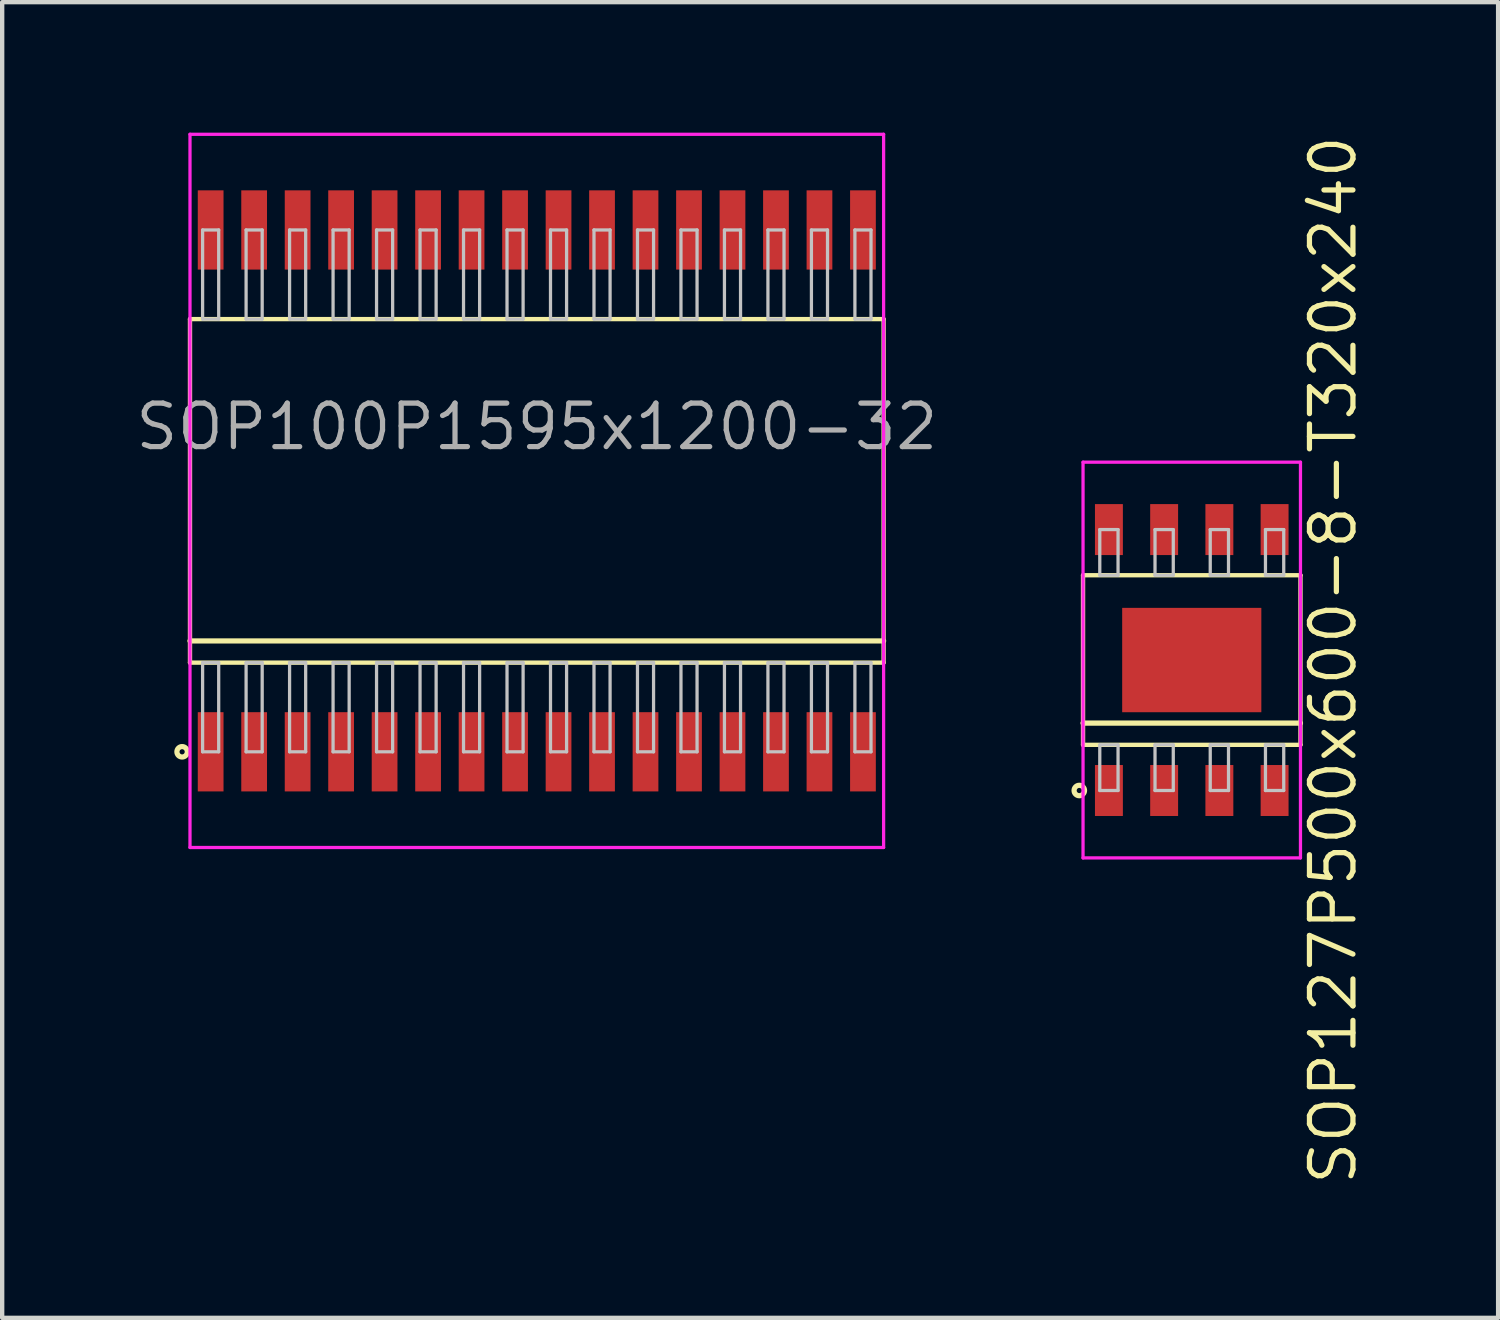
<source format=kicad_pcb>
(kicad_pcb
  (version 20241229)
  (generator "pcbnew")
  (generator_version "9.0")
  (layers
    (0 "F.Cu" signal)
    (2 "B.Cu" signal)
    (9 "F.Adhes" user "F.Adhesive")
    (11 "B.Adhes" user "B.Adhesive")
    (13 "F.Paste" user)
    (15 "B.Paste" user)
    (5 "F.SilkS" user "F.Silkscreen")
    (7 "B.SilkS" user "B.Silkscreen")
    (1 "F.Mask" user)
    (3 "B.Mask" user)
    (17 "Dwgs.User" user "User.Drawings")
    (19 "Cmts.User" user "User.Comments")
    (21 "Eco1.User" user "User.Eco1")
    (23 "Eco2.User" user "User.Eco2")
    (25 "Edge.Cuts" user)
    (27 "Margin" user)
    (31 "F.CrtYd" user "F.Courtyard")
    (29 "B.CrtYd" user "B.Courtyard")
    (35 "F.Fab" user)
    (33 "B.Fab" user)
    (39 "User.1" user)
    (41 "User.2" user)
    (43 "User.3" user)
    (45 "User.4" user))
  (footprint "SOP127P500x600-8-T320x240"
    (layer "F.Cu")
    (at 24.355 12.128)
    (property "Reference" "SOP127P500x600-8-T320x240" (at 3.25 0 90) (layer "F.SilkS") (effects (font (size 1 1) (thickness 0.12))))
    (attr through_hole)
    (fp_line (start -2.5 -1.95) (end -2.5 1.95) (stroke (width 0.1) (type solid)) (layer "F.SilkS"))
    (fp_line (start -2.5 1.45) (end 2.5 1.45) (stroke (width 0.12) (type solid)) (layer "F.SilkS"))
    (fp_line (start -2.5 1.95) (end 2.5 1.95) (stroke (width 0.1) (type solid)) (layer "F.SilkS"))
    (fp_line (start 2.5 -1.95) (end -2.5 -1.95) (stroke (width 0.1) (type solid)) (layer "F.SilkS"))
    (fp_line (start 2.5 1.95) (end 2.5 -1.95) (stroke (width 0.1) (type solid)) (layer "F.SilkS"))
    (fp_circle (center -2.586 3) (end -2.466 3) (stroke (width 0.12) (type solid)) (fill no) (layer "F.SilkS"))
    (fp_line (start -2.115 -3) (end -2.115 -1.95) (stroke (width 0.075) (type solid)) (layer "Dwgs.User"))
    (fp_line (start -2.115 -1.95) (end -1.695 -1.95) (stroke (width 0.075) (type solid)) (layer "Dwgs.User"))
    (fp_line (start -2.115 1.95) (end -1.695 1.95) (stroke (width 0.075) (type solid)) (layer "Dwgs.User"))
    (fp_line (start -2.115 3) (end -2.115 1.95) (stroke (width 0.075) (type solid)) (layer "Dwgs.User"))
    (fp_line (start -1.695 -3) (end -2.115 -3) (stroke (width 0.075) (type solid)) (layer "Dwgs.User"))
    (fp_line (start -1.695 -1.95) (end -1.695 -3) (stroke (width 0.075) (type solid)) (layer "Dwgs.User"))
    (fp_line (start -1.695 1.95) (end -1.695 3) (stroke (width 0.075) (type solid)) (layer "Dwgs.User"))
    (fp_line (start -1.695 3) (end -2.115 3) (stroke (width 0.075) (type solid)) (layer "Dwgs.User"))
    (fp_line (start -0.845 -3) (end -0.845 -1.95) (stroke (width 0.075) (type solid)) (layer "Dwgs.User"))
    (fp_line (start -0.845 -1.95) (end -0.425 -1.95) (stroke (width 0.075) (type solid)) (layer "Dwgs.User"))
    (fp_line (start -0.845 1.95) (end -0.425 1.95) (stroke (width 0.075) (type solid)) (layer "Dwgs.User"))
    (fp_line (start -0.845 3) (end -0.845 1.95) (stroke (width 0.075) (type solid)) (layer "Dwgs.User"))
    (fp_line (start -0.425 -3) (end -0.845 -3) (stroke (width 0.075) (type solid)) (layer "Dwgs.User"))
    (fp_line (start -0.425 -1.95) (end -0.425 -3) (stroke (width 0.075) (type solid)) (layer "Dwgs.User"))
    (fp_line (start -0.425 1.95) (end -0.425 3) (stroke (width 0.075) (type solid)) (layer "Dwgs.User"))
    (fp_line (start -0.425 3) (end -0.845 3) (stroke (width 0.075) (type solid)) (layer "Dwgs.User"))
    (fp_line (start 0.425 -3) (end 0.425 -1.95) (stroke (width 0.075) (type solid)) (layer "Dwgs.User"))
    (fp_line (start 0.425 -1.95) (end 0.845 -1.95) (stroke (width 0.075) (type solid)) (layer "Dwgs.User"))
    (fp_line (start 0.425 1.95) (end 0.845 1.95) (stroke (width 0.075) (type solid)) (layer "Dwgs.User"))
    (fp_line (start 0.425 3) (end 0.425 1.95) (stroke (width 0.075) (type solid)) (layer "Dwgs.User"))
    (fp_line (start 0.845 -3) (end 0.425 -3) (stroke (width 0.075) (type solid)) (layer "Dwgs.User"))
    (fp_line (start 0.845 -1.95) (end 0.845 -3) (stroke (width 0.075) (type solid)) (layer "Dwgs.User"))
    (fp_line (start 0.845 1.95) (end 0.845 3) (stroke (width 0.075) (type solid)) (layer "Dwgs.User"))
    (fp_line (start 0.845 3) (end 0.425 3) (stroke (width 0.075) (type solid)) (layer "Dwgs.User"))
    (fp_line (start 1.695 -3) (end 1.695 -1.95) (stroke (width 0.075) (type solid)) (layer "Dwgs.User"))
    (fp_line (start 1.695 -1.95) (end 2.115 -1.95) (stroke (width 0.075) (type solid)) (layer "Dwgs.User"))
    (fp_line (start 1.695 1.95) (end 2.115 1.95) (stroke (width 0.075) (type solid)) (layer "Dwgs.User"))
    (fp_line (start 1.695 3) (end 1.695 1.95) (stroke (width 0.075) (type solid)) (layer "Dwgs.User"))
    (fp_line (start 2.115 -3) (end 1.695 -3) (stroke (width 0.075) (type solid)) (layer "Dwgs.User"))
    (fp_line (start 2.115 -1.95) (end 2.115 -3) (stroke (width 0.075) (type solid)) (layer "Dwgs.User"))
    (fp_line (start 2.115 1.95) (end 2.115 3) (stroke (width 0.075) (type solid)) (layer "Dwgs.User"))
    (fp_line (start 2.115 3) (end 1.695 3) (stroke (width 0.075) (type solid)) (layer "Dwgs.User"))
    (fp_line (start -0.75 0) (end 0.75 0) (stroke (width 0.12) (type solid)) (layer "Eco1.User"))
    (fp_line (start 0 -0.75) (end 0 0.75) (stroke (width 0.12) (type solid)) (layer "Eco1.User"))
    (fp_circle (center 0 0) (end 0.5 0) (stroke (width 0.12) (type solid)) (fill no) (layer "Eco1.User"))
    (fp_line (start -2.5 -4.55) (end -2.5 4.55) (stroke (width 0.075) (type solid)) (layer "F.CrtYd"))
    (fp_line (start -2.5 4.55) (end 2.5 4.55) (stroke (width 0.075) (type solid)) (layer "F.CrtYd"))
    (fp_line (start 2.5 -4.55) (end -2.5 -4.55) (stroke (width 0.075) (type solid)) (layer "F.CrtYd"))
    (fp_line (start 2.5 4.55) (end 2.5 -4.55) (stroke (width 0.075) (type solid)) (layer "F.CrtYd"))
    (pad "1" smd rect (at -1.905 3) (size 0.642 1.172) (layers "F.Cu" "F.Mask" "F.Paste"))
    (pad "2" smd rect (at -0.635 3) (size 0.642 1.172) (layers "F.Cu" "F.Mask" "F.Paste"))
    (pad "3" smd rect (at 0.635 3) (size 0.642 1.172) (layers "F.Cu" "F.Mask" "F.Paste"))
    (pad "4" smd rect (at 1.905 3) (size 0.642 1.172) (layers "F.Cu" "F.Mask" "F.Paste"))
    (pad "5" smd rect (at 1.905 -3) (size 0.642 1.172) (layers "F.Cu" "F.Mask" "F.Paste"))
    (pad "6" smd rect (at 0.635 -3) (size 0.642 1.172) (layers "F.Cu" "F.Mask" "F.Paste"))
    (pad "7" smd rect (at -0.635 -3) (size 0.642 1.172) (layers "F.Cu" "F.Mask" "F.Paste"))
    (pad "8" smd rect (at -1.905 -3) (size 0.642 1.172) (layers "F.Cu" "F.Mask" "F.Paste"))
    (pad "EP" smd rect (at 0 0) (size 3.2 2.4) (layers "F.Cu" "F.Mask" "F.Paste")))
  (footprint "SOP100P1595x1200-32"
    (layer "F.Cu")
    (at 9.294 8.238)
    (property "Reference" "SOP100P1595x1200-32" (at 0 -1.475 0) (layer "F.Fab") (effects (font (size 1 1) (thickness 0.12))))
    (attr through_hole)
    (fp_line (start -7.975 -3.95) (end -7.975 3.95) (stroke (width 0.1) (type solid)) (layer "F.SilkS"))
    (fp_line (start -7.975 3.45) (end 7.975 3.45) (stroke (width 0.12) (type solid)) (layer "F.SilkS"))
    (fp_line (start -7.975 3.95) (end 7.975 3.95) (stroke (width 0.1) (type solid)) (layer "F.SilkS"))
    (fp_line (start 7.975 -3.95) (end -7.975 -3.95) (stroke (width 0.1) (type solid)) (layer "F.SilkS"))
    (fp_line (start 7.975 3.95) (end 7.975 -3.95) (stroke (width 0.1) (type solid)) (layer "F.SilkS"))
    (fp_circle (center -8.156 6) (end -8.036 6) (stroke (width 0.12) (type solid)) (fill no) (layer "F.SilkS"))
    (fp_line (start -7.685 -6) (end -7.685 -3.95) (stroke (width 0.075) (type solid)) (layer "Dwgs.User"))
    (fp_line (start -7.685 -3.95) (end -7.315 -3.95) (stroke (width 0.075) (type solid)) (layer "Dwgs.User"))
    (fp_line (start -7.685 3.95) (end -7.315 3.95) (stroke (width 0.075) (type solid)) (layer "Dwgs.User"))
    (fp_line (start -7.685 6) (end -7.685 3.95) (stroke (width 0.075) (type solid)) (layer "Dwgs.User"))
    (fp_line (start -7.315 -6) (end -7.685 -6) (stroke (width 0.075) (type solid)) (layer "Dwgs.User"))
    (fp_line (start -7.315 -3.95) (end -7.315 -6) (stroke (width 0.075) (type solid)) (layer "Dwgs.User"))
    (fp_line (start -7.315 3.95) (end -7.315 6) (stroke (width 0.075) (type solid)) (layer "Dwgs.User"))
    (fp_line (start -7.315 6) (end -7.685 6) (stroke (width 0.075) (type solid)) (layer "Dwgs.User"))
    (fp_line (start -6.685 -6) (end -6.685 -3.95) (stroke (width 0.075) (type solid)) (layer "Dwgs.User"))
    (fp_line (start -6.685 -3.95) (end -6.315 -3.95) (stroke (width 0.075) (type solid)) (layer "Dwgs.User"))
    (fp_line (start -6.685 3.95) (end -6.315 3.95) (stroke (width 0.075) (type solid)) (layer "Dwgs.User"))
    (fp_line (start -6.685 6) (end -6.685 3.95) (stroke (width 0.075) (type solid)) (layer "Dwgs.User"))
    (fp_line (start -6.315 -6) (end -6.685 -6) (stroke (width 0.075) (type solid)) (layer "Dwgs.User"))
    (fp_line (start -6.315 -3.95) (end -6.315 -6) (stroke (width 0.075) (type solid)) (layer "Dwgs.User"))
    (fp_line (start -6.315 3.95) (end -6.315 6) (stroke (width 0.075) (type solid)) (layer "Dwgs.User"))
    (fp_line (start -6.315 6) (end -6.685 6) (stroke (width 0.075) (type solid)) (layer "Dwgs.User"))
    (fp_line (start -5.685 -6) (end -5.685 -3.95) (stroke (width 0.075) (type solid)) (layer "Dwgs.User"))
    (fp_line (start -5.685 -3.95) (end -5.315 -3.95) (stroke (width 0.075) (type solid)) (layer "Dwgs.User"))
    (fp_line (start -5.685 3.95) (end -5.315 3.95) (stroke (width 0.075) (type solid)) (layer "Dwgs.User"))
    (fp_line (start -5.685 6) (end -5.685 3.95) (stroke (width 0.075) (type solid)) (layer "Dwgs.User"))
    (fp_line (start -5.315 -6) (end -5.685 -6) (stroke (width 0.075) (type solid)) (layer "Dwgs.User"))
    (fp_line (start -5.315 -3.95) (end -5.315 -6) (stroke (width 0.075) (type solid)) (layer "Dwgs.User"))
    (fp_line (start -5.315 3.95) (end -5.315 6) (stroke (width 0.075) (type solid)) (layer "Dwgs.User"))
    (fp_line (start -5.315 6) (end -5.685 6) (stroke (width 0.075) (type solid)) (layer "Dwgs.User"))
    (fp_line (start -4.685 -6) (end -4.685 -3.95) (stroke (width 0.075) (type solid)) (layer "Dwgs.User"))
    (fp_line (start -4.685 -3.95) (end -4.315 -3.95) (stroke (width 0.075) (type solid)) (layer "Dwgs.User"))
    (fp_line (start -4.685 3.95) (end -4.315 3.95) (stroke (width 0.075) (type solid)) (layer "Dwgs.User"))
    (fp_line (start -4.685 6) (end -4.685 3.95) (stroke (width 0.075) (type solid)) (layer "Dwgs.User"))
    (fp_line (start -4.315 -6) (end -4.685 -6) (stroke (width 0.075) (type solid)) (layer "Dwgs.User"))
    (fp_line (start -4.315 -3.95) (end -4.315 -6) (stroke (width 0.075) (type solid)) (layer "Dwgs.User"))
    (fp_line (start -4.315 3.95) (end -4.315 6) (stroke (width 0.075) (type solid)) (layer "Dwgs.User"))
    (fp_line (start -4.315 6) (end -4.685 6) (stroke (width 0.075) (type solid)) (layer "Dwgs.User"))
    (fp_line (start -3.685 -6) (end -3.685 -3.95) (stroke (width 0.075) (type solid)) (layer "Dwgs.User"))
    (fp_line (start -3.685 -3.95) (end -3.315 -3.95) (stroke (width 0.075) (type solid)) (layer "Dwgs.User"))
    (fp_line (start -3.685 3.95) (end -3.315 3.95) (stroke (width 0.075) (type solid)) (layer "Dwgs.User"))
    (fp_line (start -3.685 6) (end -3.685 3.95) (stroke (width 0.075) (type solid)) (layer "Dwgs.User"))
    (fp_line (start -3.315 -6) (end -3.685 -6) (stroke (width 0.075) (type solid)) (layer "Dwgs.User"))
    (fp_line (start -3.315 -3.95) (end -3.315 -6) (stroke (width 0.075) (type solid)) (layer "Dwgs.User"))
    (fp_line (start -3.315 3.95) (end -3.315 6) (stroke (width 0.075) (type solid)) (layer "Dwgs.User"))
    (fp_line (start -3.315 6) (end -3.685 6) (stroke (width 0.075) (type solid)) (layer "Dwgs.User"))
    (fp_line (start -2.685 -6) (end -2.685 -3.95) (stroke (width 0.075) (type solid)) (layer "Dwgs.User"))
    (fp_line (start -2.685 -3.95) (end -2.315 -3.95) (stroke (width 0.075) (type solid)) (layer "Dwgs.User"))
    (fp_line (start -2.685 3.95) (end -2.315 3.95) (stroke (width 0.075) (type solid)) (layer "Dwgs.User"))
    (fp_line (start -2.685 6) (end -2.685 3.95) (stroke (width 0.075) (type solid)) (layer "Dwgs.User"))
    (fp_line (start -2.315 -6) (end -2.685 -6) (stroke (width 0.075) (type solid)) (layer "Dwgs.User"))
    (fp_line (start -2.315 -3.95) (end -2.315 -6) (stroke (width 0.075) (type solid)) (layer "Dwgs.User"))
    (fp_line (start -2.315 3.95) (end -2.315 6) (stroke (width 0.075) (type solid)) (layer "Dwgs.User"))
    (fp_line (start -2.315 6) (end -2.685 6) (stroke (width 0.075) (type solid)) (layer "Dwgs.User"))
    (fp_line (start -1.685 -6) (end -1.685 -3.95) (stroke (width 0.075) (type solid)) (layer "Dwgs.User"))
    (fp_line (start -1.685 -3.95) (end -1.315 -3.95) (stroke (width 0.075) (type solid)) (layer "Dwgs.User"))
    (fp_line (start -1.685 3.95) (end -1.315 3.95) (stroke (width 0.075) (type solid)) (layer "Dwgs.User"))
    (fp_line (start -1.685 6) (end -1.685 3.95) (stroke (width 0.075) (type solid)) (layer "Dwgs.User"))
    (fp_line (start -1.315 -6) (end -1.685 -6) (stroke (width 0.075) (type solid)) (layer "Dwgs.User"))
    (fp_line (start -1.315 -3.95) (end -1.315 -6) (stroke (width 0.075) (type solid)) (layer "Dwgs.User"))
    (fp_line (start -1.315 3.95) (end -1.315 6) (stroke (width 0.075) (type solid)) (layer "Dwgs.User"))
    (fp_line (start -1.315 6) (end -1.685 6) (stroke (width 0.075) (type solid)) (layer "Dwgs.User"))
    (fp_line (start -0.685 -6) (end -0.685 -3.95) (stroke (width 0.075) (type solid)) (layer "Dwgs.User"))
    (fp_line (start -0.685 -3.95) (end -0.315 -3.95) (stroke (width 0.075) (type solid)) (layer "Dwgs.User"))
    (fp_line (start -0.685 3.95) (end -0.315 3.95) (stroke (width 0.075) (type solid)) (layer "Dwgs.User"))
    (fp_line (start -0.685 6) (end -0.685 3.95) (stroke (width 0.075) (type solid)) (layer "Dwgs.User"))
    (fp_line (start -0.315 -6) (end -0.685 -6) (stroke (width 0.075) (type solid)) (layer "Dwgs.User"))
    (fp_line (start -0.315 -3.95) (end -0.315 -6) (stroke (width 0.075) (type solid)) (layer "Dwgs.User"))
    (fp_line (start -0.315 3.95) (end -0.315 6) (stroke (width 0.075) (type solid)) (layer "Dwgs.User"))
    (fp_line (start -0.315 6) (end -0.685 6) (stroke (width 0.075) (type solid)) (layer "Dwgs.User"))
    (fp_line (start 0.315 -6) (end 0.315 -3.95) (stroke (width 0.075) (type solid)) (layer "Dwgs.User"))
    (fp_line (start 0.315 -3.95) (end 0.685 -3.95) (stroke (width 0.075) (type solid)) (layer "Dwgs.User"))
    (fp_line (start 0.315 3.95) (end 0.685 3.95) (stroke (width 0.075) (type solid)) (layer "Dwgs.User"))
    (fp_line (start 0.315 6) (end 0.315 3.95) (stroke (width 0.075) (type solid)) (layer "Dwgs.User"))
    (fp_line (start 0.685 -6) (end 0.315 -6) (stroke (width 0.075) (type solid)) (layer "Dwgs.User"))
    (fp_line (start 0.685 -3.95) (end 0.685 -6) (stroke (width 0.075) (type solid)) (layer "Dwgs.User"))
    (fp_line (start 0.685 3.95) (end 0.685 6) (stroke (width 0.075) (type solid)) (layer "Dwgs.User"))
    (fp_line (start 0.685 6) (end 0.315 6) (stroke (width 0.075) (type solid)) (layer "Dwgs.User"))
    (fp_line (start 1.315 -6) (end 1.315 -3.95) (stroke (width 0.075) (type solid)) (layer "Dwgs.User"))
    (fp_line (start 1.315 -3.95) (end 1.685 -3.95) (stroke (width 0.075) (type solid)) (layer "Dwgs.User"))
    (fp_line (start 1.315 3.95) (end 1.685 3.95) (stroke (width 0.075) (type solid)) (layer "Dwgs.User"))
    (fp_line (start 1.315 6) (end 1.315 3.95) (stroke (width 0.075) (type solid)) (layer "Dwgs.User"))
    (fp_line (start 1.685 -6) (end 1.315 -6) (stroke (width 0.075) (type solid)) (layer "Dwgs.User"))
    (fp_line (start 1.685 -3.95) (end 1.685 -6) (stroke (width 0.075) (type solid)) (layer "Dwgs.User"))
    (fp_line (start 1.685 3.95) (end 1.685 6) (stroke (width 0.075) (type solid)) (layer "Dwgs.User"))
    (fp_line (start 1.685 6) (end 1.315 6) (stroke (width 0.075) (type solid)) (layer "Dwgs.User"))
    (fp_line (start 2.315 -6) (end 2.315 -3.95) (stroke (width 0.075) (type solid)) (layer "Dwgs.User"))
    (fp_line (start 2.315 -3.95) (end 2.685 -3.95) (stroke (width 0.075) (type solid)) (layer "Dwgs.User"))
    (fp_line (start 2.315 3.95) (end 2.685 3.95) (stroke (width 0.075) (type solid)) (layer "Dwgs.User"))
    (fp_line (start 2.315 6) (end 2.315 3.95) (stroke (width 0.075) (type solid)) (layer "Dwgs.User"))
    (fp_line (start 2.685 -6) (end 2.315 -6) (stroke (width 0.075) (type solid)) (layer "Dwgs.User"))
    (fp_line (start 2.685 -3.95) (end 2.685 -6) (stroke (width 0.075) (type solid)) (layer "Dwgs.User"))
    (fp_line (start 2.685 3.95) (end 2.685 6) (stroke (width 0.075) (type solid)) (layer "Dwgs.User"))
    (fp_line (start 2.685 6) (end 2.315 6) (stroke (width 0.075) (type solid)) (layer "Dwgs.User"))
    (fp_line (start 3.315 -6) (end 3.315 -3.95) (stroke (width 0.075) (type solid)) (layer "Dwgs.User"))
    (fp_line (start 3.315 -3.95) (end 3.685 -3.95) (stroke (width 0.075) (type solid)) (layer "Dwgs.User"))
    (fp_line (start 3.315 3.95) (end 3.685 3.95) (stroke (width 0.075) (type solid)) (layer "Dwgs.User"))
    (fp_line (start 3.315 6) (end 3.315 3.95) (stroke (width 0.075) (type solid)) (layer "Dwgs.User"))
    (fp_line (start 3.685 -6) (end 3.315 -6) (stroke (width 0.075) (type solid)) (layer "Dwgs.User"))
    (fp_line (start 3.685 -3.95) (end 3.685 -6) (stroke (width 0.075) (type solid)) (layer "Dwgs.User"))
    (fp_line (start 3.685 3.95) (end 3.685 6) (stroke (width 0.075) (type solid)) (layer "Dwgs.User"))
    (fp_line (start 3.685 6) (end 3.315 6) (stroke (width 0.075) (type solid)) (layer "Dwgs.User"))
    (fp_line (start 4.315 -6) (end 4.315 -3.95) (stroke (width 0.075) (type solid)) (layer "Dwgs.User"))
    (fp_line (start 4.315 -3.95) (end 4.685 -3.95) (stroke (width 0.075) (type solid)) (layer "Dwgs.User"))
    (fp_line (start 4.315 3.95) (end 4.685 3.95) (stroke (width 0.075) (type solid)) (layer "Dwgs.User"))
    (fp_line (start 4.315 6) (end 4.315 3.95) (stroke (width 0.075) (type solid)) (layer "Dwgs.User"))
    (fp_line (start 4.685 -6) (end 4.315 -6) (stroke (width 0.075) (type solid)) (layer "Dwgs.User"))
    (fp_line (start 4.685 -3.95) (end 4.685 -6) (stroke (width 0.075) (type solid)) (layer "Dwgs.User"))
    (fp_line (start 4.685 3.95) (end 4.685 6) (stroke (width 0.075) (type solid)) (layer "Dwgs.User"))
    (fp_line (start 4.685 6) (end 4.315 6) (stroke (width 0.075) (type solid)) (layer "Dwgs.User"))
    (fp_line (start 5.315 -6) (end 5.315 -3.95) (stroke (width 0.075) (type solid)) (layer "Dwgs.User"))
    (fp_line (start 5.315 -3.95) (end 5.685 -3.95) (stroke (width 0.075) (type solid)) (layer "Dwgs.User"))
    (fp_line (start 5.315 3.95) (end 5.685 3.95) (stroke (width 0.075) (type solid)) (layer "Dwgs.User"))
    (fp_line (start 5.315 6) (end 5.315 3.95) (stroke (width 0.075) (type solid)) (layer "Dwgs.User"))
    (fp_line (start 5.685 -6) (end 5.315 -6) (stroke (width 0.075) (type solid)) (layer "Dwgs.User"))
    (fp_line (start 5.685 -3.95) (end 5.685 -6) (stroke (width 0.075) (type solid)) (layer "Dwgs.User"))
    (fp_line (start 5.685 3.95) (end 5.685 6) (stroke (width 0.075) (type solid)) (layer "Dwgs.User"))
    (fp_line (start 5.685 6) (end 5.315 6) (stroke (width 0.075) (type solid)) (layer "Dwgs.User"))
    (fp_line (start 6.315 -6) (end 6.315 -3.95) (stroke (width 0.075) (type solid)) (layer "Dwgs.User"))
    (fp_line (start 6.315 -3.95) (end 6.685 -3.95) (stroke (width 0.075) (type solid)) (layer "Dwgs.User"))
    (fp_line (start 6.315 3.95) (end 6.685 3.95) (stroke (width 0.075) (type solid)) (layer "Dwgs.User"))
    (fp_line (start 6.315 6) (end 6.315 3.95) (stroke (width 0.075) (type solid)) (layer "Dwgs.User"))
    (fp_line (start 6.685 -6) (end 6.315 -6) (stroke (width 0.075) (type solid)) (layer "Dwgs.User"))
    (fp_line (start 6.685 -3.95) (end 6.685 -6) (stroke (width 0.075) (type solid)) (layer "Dwgs.User"))
    (fp_line (start 6.685 3.95) (end 6.685 6) (stroke (width 0.075) (type solid)) (layer "Dwgs.User"))
    (fp_line (start 6.685 6) (end 6.315 6) (stroke (width 0.075) (type solid)) (layer "Dwgs.User"))
    (fp_line (start 7.315 -6) (end 7.315 -3.95) (stroke (width 0.075) (type solid)) (layer "Dwgs.User"))
    (fp_line (start 7.315 -3.95) (end 7.685 -3.95) (stroke (width 0.075) (type solid)) (layer "Dwgs.User"))
    (fp_line (start 7.315 3.95) (end 7.685 3.95) (stroke (width 0.075) (type solid)) (layer "Dwgs.User"))
    (fp_line (start 7.315 6) (end 7.315 3.95) (stroke (width 0.075) (type solid)) (layer "Dwgs.User"))
    (fp_line (start 7.685 -6) (end 7.315 -6) (stroke (width 0.075) (type solid)) (layer "Dwgs.User"))
    (fp_line (start 7.685 -3.95) (end 7.685 -6) (stroke (width 0.075) (type solid)) (layer "Dwgs.User"))
    (fp_line (start 7.685 3.95) (end 7.685 6) (stroke (width 0.075) (type solid)) (layer "Dwgs.User"))
    (fp_line (start 7.685 6) (end 7.315 6) (stroke (width 0.075) (type solid)) (layer "Dwgs.User"))
    (fp_line (start -0.75 0) (end 0.75 0) (stroke (width 0.12) (type solid)) (layer "Eco1.User"))
    (fp_line (start 0 -0.75) (end 0 0.75) (stroke (width 0.12) (type solid)) (layer "Eco1.User"))
    (fp_circle (center 0 0) (end 0.5 0) (stroke (width 0.12) (type solid)) (fill no) (layer "Eco1.User"))
    (fp_line (start -7.975 -8.2) (end -7.975 8.2) (stroke (width 0.075) (type solid)) (layer "F.CrtYd"))
    (fp_line (start -7.975 8.2) (end 7.975 8.2) (stroke (width 0.075) (type solid)) (layer "F.CrtYd"))
    (fp_line (start 7.975 -8.2) (end -7.975 -8.2) (stroke (width 0.075) (type solid)) (layer "F.CrtYd"))
    (fp_line (start 7.975 8.2) (end 7.975 -8.2) (stroke (width 0.075) (type solid)) (layer "F.CrtYd"))
    (pad "1" smd rect (at -7.5 6) (size 0.592 1.822) (layers "F.Cu" "F.Mask" "F.Paste"))
    (pad "2" smd rect (at -6.5 6) (size 0.592 1.822) (layers "F.Cu" "F.Mask" "F.Paste"))
    (pad "3" smd rect (at -5.5 6) (size 0.592 1.822) (layers "F.Cu" "F.Mask" "F.Paste"))
    (pad "4" smd rect (at -4.5 6) (size 0.592 1.822) (layers "F.Cu" "F.Mask" "F.Paste"))
    (pad "5" smd rect (at -3.5 6) (size 0.592 1.822) (layers "F.Cu" "F.Mask" "F.Paste"))
    (pad "6" smd rect (at -2.5 6) (size 0.592 1.822) (layers "F.Cu" "F.Mask" "F.Paste"))
    (pad "7" smd rect (at -1.5 6) (size 0.592 1.822) (layers "F.Cu" "F.Mask" "F.Paste"))
    (pad "8" smd rect (at -0.5 6) (size 0.592 1.822) (layers "F.Cu" "F.Mask" "F.Paste"))
    (pad "9" smd rect (at 0.5 6) (size 0.592 1.822) (layers "F.Cu" "F.Mask" "F.Paste"))
    (pad "10" smd rect (at 1.5 6) (size 0.592 1.822) (layers "F.Cu" "F.Mask" "F.Paste"))
    (pad "11" smd rect (at 2.5 6) (size 0.592 1.822) (layers "F.Cu" "F.Mask" "F.Paste"))
    (pad "12" smd rect (at 3.5 6) (size 0.592 1.822) (layers "F.Cu" "F.Mask" "F.Paste"))
    (pad "13" smd rect (at 4.5 6) (size 0.592 1.822) (layers "F.Cu" "F.Mask" "F.Paste"))
    (pad "14" smd rect (at 5.5 6) (size 0.592 1.822) (layers "F.Cu" "F.Mask" "F.Paste"))
    (pad "15" smd rect (at 6.5 6) (size 0.592 1.822) (layers "F.Cu" "F.Mask" "F.Paste"))
    (pad "16" smd rect (at 7.5 6) (size 0.592 1.822) (layers "F.Cu" "F.Mask" "F.Paste"))
    (pad "17" smd rect (at 7.5 -6) (size 0.592 1.822) (layers "F.Cu" "F.Mask" "F.Paste"))
    (pad "18" smd rect (at 6.5 -6) (size 0.592 1.822) (layers "F.Cu" "F.Mask" "F.Paste"))
    (pad "19" smd rect (at 5.5 -6) (size 0.592 1.822) (layers "F.Cu" "F.Mask" "F.Paste"))
    (pad "20" smd rect (at 4.5 -6) (size 0.592 1.822) (layers "F.Cu" "F.Mask" "F.Paste"))
    (pad "21" smd rect (at 3.5 -6) (size 0.592 1.822) (layers "F.Cu" "F.Mask" "F.Paste"))
    (pad "22" smd rect (at 2.5 -6) (size 0.592 1.822) (layers "F.Cu" "F.Mask" "F.Paste"))
    (pad "23" smd rect (at 1.5 -6) (size 0.592 1.822) (layers "F.Cu" "F.Mask" "F.Paste"))
    (pad "24" smd rect (at 0.5 -6) (size 0.592 1.822) (layers "F.Cu" "F.Mask" "F.Paste"))
    (pad "25" smd rect (at -0.5 -6) (size 0.592 1.822) (layers "F.Cu" "F.Mask" "F.Paste"))
    (pad "26" smd rect (at -1.5 -6) (size 0.592 1.822) (layers "F.Cu" "F.Mask" "F.Paste"))
    (pad "27" smd rect (at -2.5 -6) (size 0.592 1.822) (layers "F.Cu" "F.Mask" "F.Paste"))
    (pad "28" smd rect (at -3.5 -6) (size 0.592 1.822) (layers "F.Cu" "F.Mask" "F.Paste"))
    (pad "29" smd rect (at -4.5 -6) (size 0.592 1.822) (layers "F.Cu" "F.Mask" "F.Paste"))
    (pad "30" smd rect (at -5.5 -6) (size 0.592 1.822) (layers "F.Cu" "F.Mask" "F.Paste"))
    (pad "31" smd rect (at -6.5 -6) (size 0.592 1.822) (layers "F.Cu" "F.Mask" "F.Paste"))
    (pad "32" smd rect (at -7.5 -6) (size 0.592 1.822) (layers "F.Cu" "F.Mask" "F.Paste")))
  (gr_rect
    (start -3 -3)
    (end 31.4 27.255)
    (stroke (width 0.1) (type default))
    (fill no)
    (layer "Edge.Cuts")))
</source>
